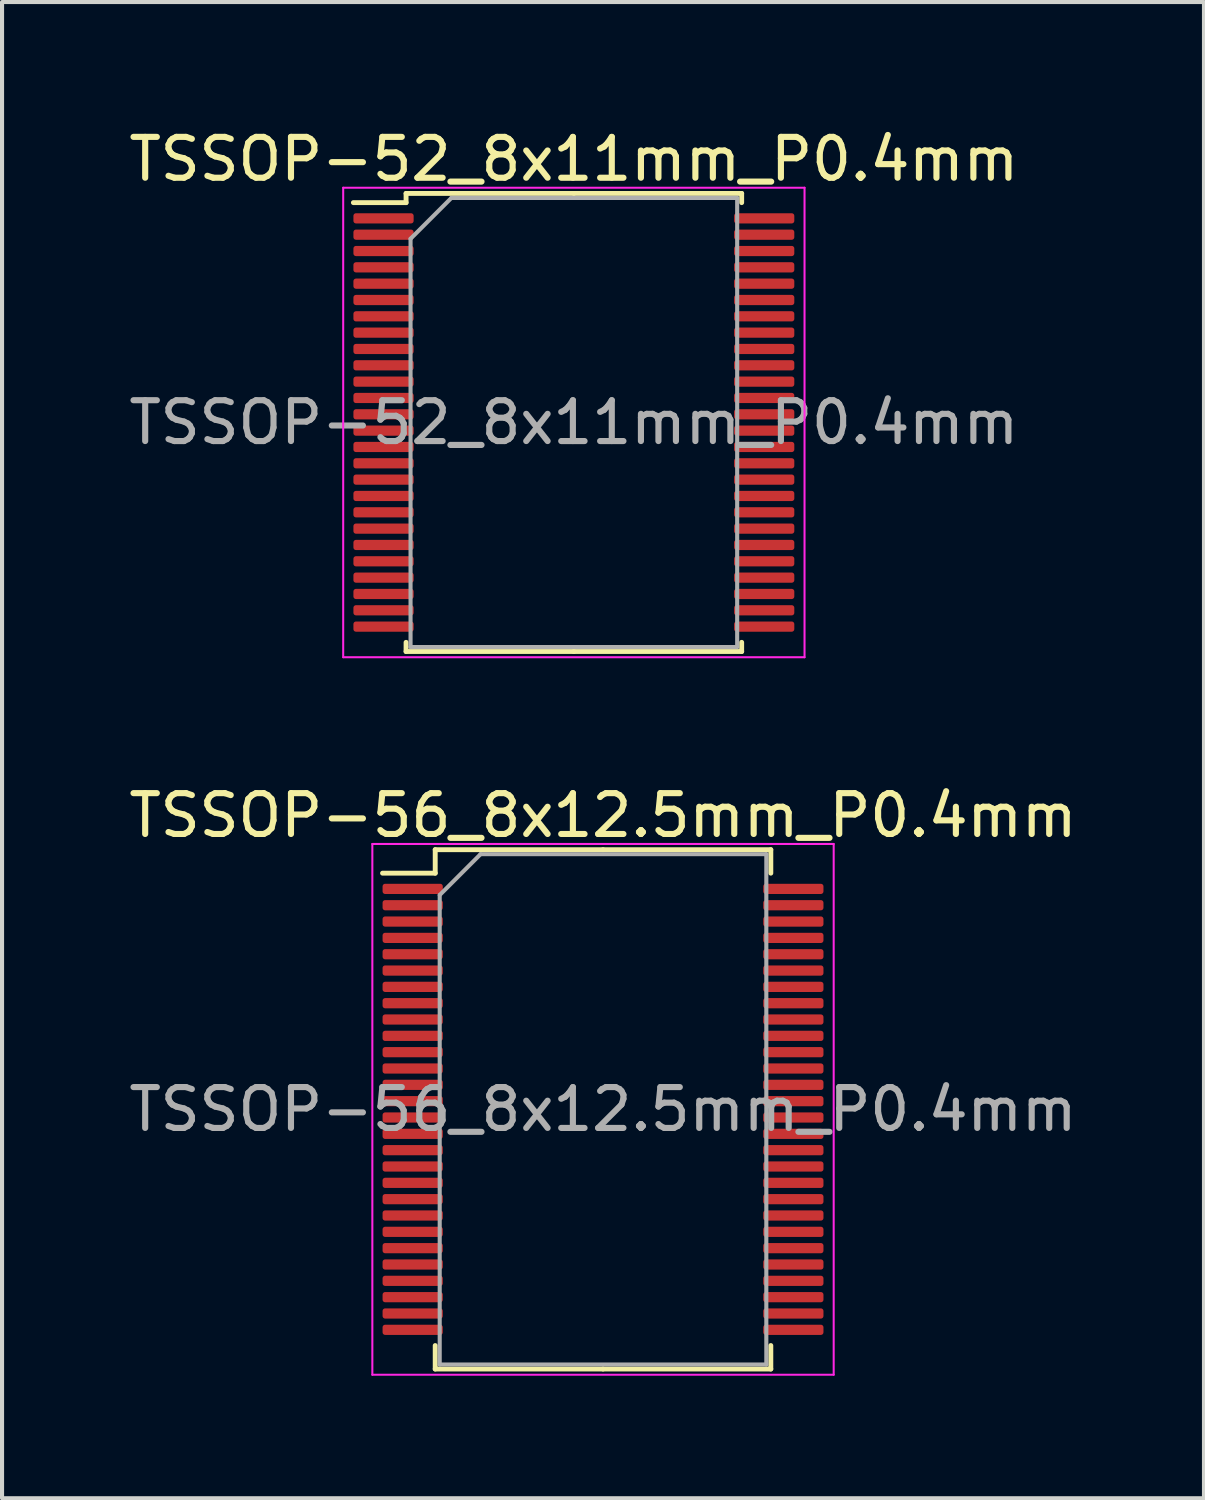
<source format=kicad_pcb>
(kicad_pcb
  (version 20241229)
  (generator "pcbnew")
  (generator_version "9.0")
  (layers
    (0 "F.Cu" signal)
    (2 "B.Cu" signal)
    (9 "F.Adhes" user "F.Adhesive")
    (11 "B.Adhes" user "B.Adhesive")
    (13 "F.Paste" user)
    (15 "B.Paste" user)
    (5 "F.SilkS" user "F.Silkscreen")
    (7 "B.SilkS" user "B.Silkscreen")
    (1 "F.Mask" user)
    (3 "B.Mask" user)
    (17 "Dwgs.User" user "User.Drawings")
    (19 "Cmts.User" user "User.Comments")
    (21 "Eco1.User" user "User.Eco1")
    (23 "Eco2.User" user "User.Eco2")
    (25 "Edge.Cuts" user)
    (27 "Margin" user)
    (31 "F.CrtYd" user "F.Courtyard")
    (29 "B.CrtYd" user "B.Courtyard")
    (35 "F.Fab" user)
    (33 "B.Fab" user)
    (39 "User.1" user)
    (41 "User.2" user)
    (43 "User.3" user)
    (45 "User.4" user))
  (footprint "TSSOP-56_8x12.5mm_P0.4mm"
    (layer "F.Cu")
    (at 11.72 24.122)
    (property "Reference" "TSSOP-56_8x12.5mm_P0.4mm" (at 0 -7.2 0) (layer "F.SilkS") (effects (font (size 1 1) (thickness 0.15))))
    (attr smd)
    (fp_line (start -4.11 -6.36) (end -4.11 -5.785) (stroke (width 0.12) (type solid)) (layer "F.SilkS"))
    (fp_line (start -4.11 -5.785) (end -5.4 -5.785) (stroke (width 0.12) (type solid)) (layer "F.SilkS"))
    (fp_line (start -4.11 6.36) (end -4.11 5.785) (stroke (width 0.12) (type solid)) (layer "F.SilkS"))
    (fp_line (start 0 -6.36) (end -4.11 -6.36) (stroke (width 0.12) (type solid)) (layer "F.SilkS"))
    (fp_line (start 0 -6.36) (end 4.11 -6.36) (stroke (width 0.12) (type solid)) (layer "F.SilkS"))
    (fp_line (start 0 6.36) (end -4.11 6.36) (stroke (width 0.12) (type solid)) (layer "F.SilkS"))
    (fp_line (start 0 6.36) (end 4.11 6.36) (stroke (width 0.12) (type solid)) (layer "F.SilkS"))
    (fp_line (start 4.11 -6.36) (end 4.11 -5.785) (stroke (width 0.12) (type solid)) (layer "F.SilkS"))
    (fp_line (start 4.11 6.36) (end 4.11 5.785) (stroke (width 0.12) (type solid)) (layer "F.SilkS"))
    (fp_line (start -5.65 -6.5) (end -5.65 6.5) (stroke (width 0.05) (type solid)) (layer "F.CrtYd"))
    (fp_line (start -5.65 6.5) (end 5.65 6.5) (stroke (width 0.05) (type solid)) (layer "F.CrtYd"))
    (fp_line (start 5.65 -6.5) (end -5.65 -6.5) (stroke (width 0.05) (type solid)) (layer "F.CrtYd"))
    (fp_line (start 5.65 6.5) (end 5.65 -6.5) (stroke (width 0.05) (type solid)) (layer "F.CrtYd"))
    (fp_line (start -4 -5.25) (end -3 -6.25) (stroke (width 0.1) (type solid)) (layer "F.Fab"))
    (fp_line (start -4 6.25) (end -4 -5.25) (stroke (width 0.1) (type solid)) (layer "F.Fab"))
    (fp_line (start -3 -6.25) (end 4 -6.25) (stroke (width 0.1) (type solid)) (layer "F.Fab"))
    (fp_line (start 4 -6.25) (end 4 6.25) (stroke (width 0.1) (type solid)) (layer "F.Fab"))
    (fp_line (start 4 6.25) (end -4 6.25) (stroke (width 0.1) (type solid)) (layer "F.Fab"))
    (fp_text user "${REFERENCE}" (at 0 0 0) (layer "F.Fab") (effects (font (size 1 1) (thickness 0.15))))
    (pad "1" smd roundrect (at -4.662 -5.4) (size 1.475 0.25) (layers "F.Cu" "F.Mask" "F.Paste") (roundrect_rratio 0.25))
    (pad "2" smd roundrect (at -4.662 -5) (size 1.475 0.25) (layers "F.Cu" "F.Mask" "F.Paste") (roundrect_rratio 0.25))
    (pad "3" smd roundrect (at -4.662 -4.6) (size 1.475 0.25) (layers "F.Cu" "F.Mask" "F.Paste") (roundrect_rratio 0.25))
    (pad "4" smd roundrect (at -4.662 -4.2) (size 1.475 0.25) (layers "F.Cu" "F.Mask" "F.Paste") (roundrect_rratio 0.25))
    (pad "5" smd roundrect (at -4.662 -3.8) (size 1.475 0.25) (layers "F.Cu" "F.Mask" "F.Paste") (roundrect_rratio 0.25))
    (pad "6" smd roundrect (at -4.662 -3.4) (size 1.475 0.25) (layers "F.Cu" "F.Mask" "F.Paste") (roundrect_rratio 0.25))
    (pad "7" smd roundrect (at -4.662 -3) (size 1.475 0.25) (layers "F.Cu" "F.Mask" "F.Paste") (roundrect_rratio 0.25))
    (pad "8" smd roundrect (at -4.662 -2.6) (size 1.475 0.25) (layers "F.Cu" "F.Mask" "F.Paste") (roundrect_rratio 0.25))
    (pad "9" smd roundrect (at -4.662 -2.2) (size 1.475 0.25) (layers "F.Cu" "F.Mask" "F.Paste") (roundrect_rratio 0.25))
    (pad "10" smd roundrect (at -4.662 -1.8) (size 1.475 0.25) (layers "F.Cu" "F.Mask" "F.Paste") (roundrect_rratio 0.25))
    (pad "11" smd roundrect (at -4.662 -1.4) (size 1.475 0.25) (layers "F.Cu" "F.Mask" "F.Paste") (roundrect_rratio 0.25))
    (pad "12" smd roundrect (at -4.662 -1) (size 1.475 0.25) (layers "F.Cu" "F.Mask" "F.Paste") (roundrect_rratio 0.25))
    (pad "13" smd roundrect (at -4.662 -0.6) (size 1.475 0.25) (layers "F.Cu" "F.Mask" "F.Paste") (roundrect_rratio 0.25))
    (pad "14" smd roundrect (at -4.662 -0.2) (size 1.475 0.25) (layers "F.Cu" "F.Mask" "F.Paste") (roundrect_rratio 0.25))
    (pad "15" smd roundrect (at -4.662 0.2) (size 1.475 0.25) (layers "F.Cu" "F.Mask" "F.Paste") (roundrect_rratio 0.25))
    (pad "16" smd roundrect (at -4.662 0.6) (size 1.475 0.25) (layers "F.Cu" "F.Mask" "F.Paste") (roundrect_rratio 0.25))
    (pad "17" smd roundrect (at -4.662 1) (size 1.475 0.25) (layers "F.Cu" "F.Mask" "F.Paste") (roundrect_rratio 0.25))
    (pad "18" smd roundrect (at -4.662 1.4) (size 1.475 0.25) (layers "F.Cu" "F.Mask" "F.Paste") (roundrect_rratio 0.25))
    (pad "19" smd roundrect (at -4.662 1.8) (size 1.475 0.25) (layers "F.Cu" "F.Mask" "F.Paste") (roundrect_rratio 0.25))
    (pad "20" smd roundrect (at -4.662 2.2) (size 1.475 0.25) (layers "F.Cu" "F.Mask" "F.Paste") (roundrect_rratio 0.25))
    (pad "21" smd roundrect (at -4.662 2.6) (size 1.475 0.25) (layers "F.Cu" "F.Mask" "F.Paste") (roundrect_rratio 0.25))
    (pad "22" smd roundrect (at -4.662 3) (size 1.475 0.25) (layers "F.Cu" "F.Mask" "F.Paste") (roundrect_rratio 0.25))
    (pad "23" smd roundrect (at -4.662 3.4) (size 1.475 0.25) (layers "F.Cu" "F.Mask" "F.Paste") (roundrect_rratio 0.25))
    (pad "24" smd roundrect (at -4.662 3.8) (size 1.475 0.25) (layers "F.Cu" "F.Mask" "F.Paste") (roundrect_rratio 0.25))
    (pad "25" smd roundrect (at -4.662 4.2) (size 1.475 0.25) (layers "F.Cu" "F.Mask" "F.Paste") (roundrect_rratio 0.25))
    (pad "26" smd roundrect (at -4.662 4.6) (size 1.475 0.25) (layers "F.Cu" "F.Mask" "F.Paste") (roundrect_rratio 0.25))
    (pad "27" smd roundrect (at -4.662 5) (size 1.475 0.25) (layers "F.Cu" "F.Mask" "F.Paste") (roundrect_rratio 0.25))
    (pad "28" smd roundrect (at -4.662 5.4) (size 1.475 0.25) (layers "F.Cu" "F.Mask" "F.Paste") (roundrect_rratio 0.25))
    (pad "29" smd roundrect (at 4.662 5.4) (size 1.475 0.25) (layers "F.Cu" "F.Mask" "F.Paste") (roundrect_rratio 0.25))
    (pad "30" smd roundrect (at 4.662 5) (size 1.475 0.25) (layers "F.Cu" "F.Mask" "F.Paste") (roundrect_rratio 0.25))
    (pad "31" smd roundrect (at 4.662 4.6) (size 1.475 0.25) (layers "F.Cu" "F.Mask" "F.Paste") (roundrect_rratio 0.25))
    (pad "32" smd roundrect (at 4.662 4.2) (size 1.475 0.25) (layers "F.Cu" "F.Mask" "F.Paste") (roundrect_rratio 0.25))
    (pad "33" smd roundrect (at 4.662 3.8) (size 1.475 0.25) (layers "F.Cu" "F.Mask" "F.Paste") (roundrect_rratio 0.25))
    (pad "34" smd roundrect (at 4.662 3.4) (size 1.475 0.25) (layers "F.Cu" "F.Mask" "F.Paste") (roundrect_rratio 0.25))
    (pad "35" smd roundrect (at 4.662 3) (size 1.475 0.25) (layers "F.Cu" "F.Mask" "F.Paste") (roundrect_rratio 0.25))
    (pad "36" smd roundrect (at 4.662 2.6) (size 1.475 0.25) (layers "F.Cu" "F.Mask" "F.Paste") (roundrect_rratio 0.25))
    (pad "37" smd roundrect (at 4.662 2.2) (size 1.475 0.25) (layers "F.Cu" "F.Mask" "F.Paste") (roundrect_rratio 0.25))
    (pad "38" smd roundrect (at 4.662 1.8) (size 1.475 0.25) (layers "F.Cu" "F.Mask" "F.Paste") (roundrect_rratio 0.25))
    (pad "39" smd roundrect (at 4.662 1.4) (size 1.475 0.25) (layers "F.Cu" "F.Mask" "F.Paste") (roundrect_rratio 0.25))
    (pad "40" smd roundrect (at 4.662 1) (size 1.475 0.25) (layers "F.Cu" "F.Mask" "F.Paste") (roundrect_rratio 0.25))
    (pad "41" smd roundrect (at 4.662 0.6) (size 1.475 0.25) (layers "F.Cu" "F.Mask" "F.Paste") (roundrect_rratio 0.25))
    (pad "42" smd roundrect (at 4.662 0.2) (size 1.475 0.25) (layers "F.Cu" "F.Mask" "F.Paste") (roundrect_rratio 0.25))
    (pad "43" smd roundrect (at 4.662 -0.2) (size 1.475 0.25) (layers "F.Cu" "F.Mask" "F.Paste") (roundrect_rratio 0.25))
    (pad "44" smd roundrect (at 4.662 -0.6) (size 1.475 0.25) (layers "F.Cu" "F.Mask" "F.Paste") (roundrect_rratio 0.25))
    (pad "45" smd roundrect (at 4.662 -1) (size 1.475 0.25) (layers "F.Cu" "F.Mask" "F.Paste") (roundrect_rratio 0.25))
    (pad "46" smd roundrect (at 4.662 -1.4) (size 1.475 0.25) (layers "F.Cu" "F.Mask" "F.Paste") (roundrect_rratio 0.25))
    (pad "47" smd roundrect (at 4.662 -1.8) (size 1.475 0.25) (layers "F.Cu" "F.Mask" "F.Paste") (roundrect_rratio 0.25))
    (pad "48" smd roundrect (at 4.662 -2.2) (size 1.475 0.25) (layers "F.Cu" "F.Mask" "F.Paste") (roundrect_rratio 0.25))
    (pad "49" smd roundrect (at 4.662 -2.6) (size 1.475 0.25) (layers "F.Cu" "F.Mask" "F.Paste") (roundrect_rratio 0.25))
    (pad "50" smd roundrect (at 4.662 -3) (size 1.475 0.25) (layers "F.Cu" "F.Mask" "F.Paste") (roundrect_rratio 0.25))
    (pad "51" smd roundrect (at 4.662 -3.4) (size 1.475 0.25) (layers "F.Cu" "F.Mask" "F.Paste") (roundrect_rratio 0.25))
    (pad "52" smd roundrect (at 4.662 -3.8) (size 1.475 0.25) (layers "F.Cu" "F.Mask" "F.Paste") (roundrect_rratio 0.25))
    (pad "53" smd roundrect (at 4.662 -4.2) (size 1.475 0.25) (layers "F.Cu" "F.Mask" "F.Paste") (roundrect_rratio 0.25))
    (pad "54" smd roundrect (at 4.662 -4.6) (size 1.475 0.25) (layers "F.Cu" "F.Mask" "F.Paste") (roundrect_rratio 0.25))
    (pad "55" smd roundrect (at 4.662 -5) (size 1.475 0.25) (layers "F.Cu" "F.Mask" "F.Paste") (roundrect_rratio 0.25))
    (pad "56" smd roundrect (at 4.662 -5.4) (size 1.475 0.25) (layers "F.Cu" "F.Mask" "F.Paste") (roundrect_rratio 0.25)))
  (footprint "TSSOP-52_8x11mm_P0.4mm"
    (layer "F.Cu")
    (at 11.006 7.298)
    (property "Reference" "TSSOP-52_8x11mm_P0.4mm" (at 0 -6.45 0) (layer "F.SilkS") (effects (font (size 1 1) (thickness 0.15))))
    (attr smd)
    (fp_line (start -4.11 -5.61) (end -4.11 -5.385) (stroke (width 0.12) (type solid)) (layer "F.SilkS"))
    (fp_line (start -4.11 -5.385) (end -5.4 -5.385) (stroke (width 0.12) (type solid)) (layer "F.SilkS"))
    (fp_line (start -4.11 5.61) (end -4.11 5.385) (stroke (width 0.12) (type solid)) (layer "F.SilkS"))
    (fp_line (start 0 -5.61) (end -4.11 -5.61) (stroke (width 0.12) (type solid)) (layer "F.SilkS"))
    (fp_line (start 0 -5.61) (end 4.11 -5.61) (stroke (width 0.12) (type solid)) (layer "F.SilkS"))
    (fp_line (start 0 5.61) (end -4.11 5.61) (stroke (width 0.12) (type solid)) (layer "F.SilkS"))
    (fp_line (start 0 5.61) (end 4.11 5.61) (stroke (width 0.12) (type solid)) (layer "F.SilkS"))
    (fp_line (start 4.11 -5.61) (end 4.11 -5.385) (stroke (width 0.12) (type solid)) (layer "F.SilkS"))
    (fp_line (start 4.11 5.61) (end 4.11 5.385) (stroke (width 0.12) (type solid)) (layer "F.SilkS"))
    (fp_line (start -5.65 -5.75) (end -5.65 5.75) (stroke (width 0.05) (type solid)) (layer "F.CrtYd"))
    (fp_line (start -5.65 5.75) (end 5.65 5.75) (stroke (width 0.05) (type solid)) (layer "F.CrtYd"))
    (fp_line (start 5.65 -5.75) (end -5.65 -5.75) (stroke (width 0.05) (type solid)) (layer "F.CrtYd"))
    (fp_line (start 5.65 5.75) (end 5.65 -5.75) (stroke (width 0.05) (type solid)) (layer "F.CrtYd"))
    (fp_line (start -4 -4.5) (end -3 -5.5) (stroke (width 0.1) (type solid)) (layer "F.Fab"))
    (fp_line (start -4 5.5) (end -4 -4.5) (stroke (width 0.1) (type solid)) (layer "F.Fab"))
    (fp_line (start -3 -5.5) (end 4 -5.5) (stroke (width 0.1) (type solid)) (layer "F.Fab"))
    (fp_line (start 4 -5.5) (end 4 5.5) (stroke (width 0.1) (type solid)) (layer "F.Fab"))
    (fp_line (start 4 5.5) (end -4 5.5) (stroke (width 0.1) (type solid)) (layer "F.Fab"))
    (fp_text user "${REFERENCE}" (at 0 0 0) (layer "F.Fab") (effects (font (size 1 1) (thickness 0.15))))
    (pad "1" smd roundrect (at -4.662 -5) (size 1.475 0.25) (layers "F.Cu" "F.Mask" "F.Paste") (roundrect_rratio 0.25))
    (pad "2" smd roundrect (at -4.662 -4.6) (size 1.475 0.25) (layers "F.Cu" "F.Mask" "F.Paste") (roundrect_rratio 0.25))
    (pad "3" smd roundrect (at -4.662 -4.2) (size 1.475 0.25) (layers "F.Cu" "F.Mask" "F.Paste") (roundrect_rratio 0.25))
    (pad "4" smd roundrect (at -4.662 -3.8) (size 1.475 0.25) (layers "F.Cu" "F.Mask" "F.Paste") (roundrect_rratio 0.25))
    (pad "5" smd roundrect (at -4.662 -3.4) (size 1.475 0.25) (layers "F.Cu" "F.Mask" "F.Paste") (roundrect_rratio 0.25))
    (pad "6" smd roundrect (at -4.662 -3) (size 1.475 0.25) (layers "F.Cu" "F.Mask" "F.Paste") (roundrect_rratio 0.25))
    (pad "7" smd roundrect (at -4.662 -2.6) (size 1.475 0.25) (layers "F.Cu" "F.Mask" "F.Paste") (roundrect_rratio 0.25))
    (pad "8" smd roundrect (at -4.662 -2.2) (size 1.475 0.25) (layers "F.Cu" "F.Mask" "F.Paste") (roundrect_rratio 0.25))
    (pad "9" smd roundrect (at -4.662 -1.8) (size 1.475 0.25) (layers "F.Cu" "F.Mask" "F.Paste") (roundrect_rratio 0.25))
    (pad "10" smd roundrect (at -4.662 -1.4) (size 1.475 0.25) (layers "F.Cu" "F.Mask" "F.Paste") (roundrect_rratio 0.25))
    (pad "11" smd roundrect (at -4.662 -1) (size 1.475 0.25) (layers "F.Cu" "F.Mask" "F.Paste") (roundrect_rratio 0.25))
    (pad "12" smd roundrect (at -4.662 -0.6) (size 1.475 0.25) (layers "F.Cu" "F.Mask" "F.Paste") (roundrect_rratio 0.25))
    (pad "13" smd roundrect (at -4.662 -0.2) (size 1.475 0.25) (layers "F.Cu" "F.Mask" "F.Paste") (roundrect_rratio 0.25))
    (pad "14" smd roundrect (at -4.662 0.2) (size 1.475 0.25) (layers "F.Cu" "F.Mask" "F.Paste") (roundrect_rratio 0.25))
    (pad "15" smd roundrect (at -4.662 0.6) (size 1.475 0.25) (layers "F.Cu" "F.Mask" "F.Paste") (roundrect_rratio 0.25))
    (pad "16" smd roundrect (at -4.662 1) (size 1.475 0.25) (layers "F.Cu" "F.Mask" "F.Paste") (roundrect_rratio 0.25))
    (pad "17" smd roundrect (at -4.662 1.4) (size 1.475 0.25) (layers "F.Cu" "F.Mask" "F.Paste") (roundrect_rratio 0.25))
    (pad "18" smd roundrect (at -4.662 1.8) (size 1.475 0.25) (layers "F.Cu" "F.Mask" "F.Paste") (roundrect_rratio 0.25))
    (pad "19" smd roundrect (at -4.662 2.2) (size 1.475 0.25) (layers "F.Cu" "F.Mask" "F.Paste") (roundrect_rratio 0.25))
    (pad "20" smd roundrect (at -4.662 2.6) (size 1.475 0.25) (layers "F.Cu" "F.Mask" "F.Paste") (roundrect_rratio 0.25))
    (pad "21" smd roundrect (at -4.662 3) (size 1.475 0.25) (layers "F.Cu" "F.Mask" "F.Paste") (roundrect_rratio 0.25))
    (pad "22" smd roundrect (at -4.662 3.4) (size 1.475 0.25) (layers "F.Cu" "F.Mask" "F.Paste") (roundrect_rratio 0.25))
    (pad "23" smd roundrect (at -4.662 3.8) (size 1.475 0.25) (layers "F.Cu" "F.Mask" "F.Paste") (roundrect_rratio 0.25))
    (pad "24" smd roundrect (at -4.662 4.2) (size 1.475 0.25) (layers "F.Cu" "F.Mask" "F.Paste") (roundrect_rratio 0.25))
    (pad "25" smd roundrect (at -4.662 4.6) (size 1.475 0.25) (layers "F.Cu" "F.Mask" "F.Paste") (roundrect_rratio 0.25))
    (pad "26" smd roundrect (at -4.662 5) (size 1.475 0.25) (layers "F.Cu" "F.Mask" "F.Paste") (roundrect_rratio 0.25))
    (pad "27" smd roundrect (at 4.662 5) (size 1.475 0.25) (layers "F.Cu" "F.Mask" "F.Paste") (roundrect_rratio 0.25))
    (pad "28" smd roundrect (at 4.662 4.6) (size 1.475 0.25) (layers "F.Cu" "F.Mask" "F.Paste") (roundrect_rratio 0.25))
    (pad "29" smd roundrect (at 4.662 4.2) (size 1.475 0.25) (layers "F.Cu" "F.Mask" "F.Paste") (roundrect_rratio 0.25))
    (pad "30" smd roundrect (at 4.662 3.8) (size 1.475 0.25) (layers "F.Cu" "F.Mask" "F.Paste") (roundrect_rratio 0.25))
    (pad "31" smd roundrect (at 4.662 3.4) (size 1.475 0.25) (layers "F.Cu" "F.Mask" "F.Paste") (roundrect_rratio 0.25))
    (pad "32" smd roundrect (at 4.662 3) (size 1.475 0.25) (layers "F.Cu" "F.Mask" "F.Paste") (roundrect_rratio 0.25))
    (pad "33" smd roundrect (at 4.662 2.6) (size 1.475 0.25) (layers "F.Cu" "F.Mask" "F.Paste") (roundrect_rratio 0.25))
    (pad "34" smd roundrect (at 4.662 2.2) (size 1.475 0.25) (layers "F.Cu" "F.Mask" "F.Paste") (roundrect_rratio 0.25))
    (pad "35" smd roundrect (at 4.662 1.8) (size 1.475 0.25) (layers "F.Cu" "F.Mask" "F.Paste") (roundrect_rratio 0.25))
    (pad "36" smd roundrect (at 4.662 1.4) (size 1.475 0.25) (layers "F.Cu" "F.Mask" "F.Paste") (roundrect_rratio 0.25))
    (pad "37" smd roundrect (at 4.662 1) (size 1.475 0.25) (layers "F.Cu" "F.Mask" "F.Paste") (roundrect_rratio 0.25))
    (pad "38" smd roundrect (at 4.662 0.6) (size 1.475 0.25) (layers "F.Cu" "F.Mask" "F.Paste") (roundrect_rratio 0.25))
    (pad "39" smd roundrect (at 4.662 0.2) (size 1.475 0.25) (layers "F.Cu" "F.Mask" "F.Paste") (roundrect_rratio 0.25))
    (pad "40" smd roundrect (at 4.662 -0.2) (size 1.475 0.25) (layers "F.Cu" "F.Mask" "F.Paste") (roundrect_rratio 0.25))
    (pad "41" smd roundrect (at 4.662 -0.6) (size 1.475 0.25) (layers "F.Cu" "F.Mask" "F.Paste") (roundrect_rratio 0.25))
    (pad "42" smd roundrect (at 4.662 -1) (size 1.475 0.25) (layers "F.Cu" "F.Mask" "F.Paste") (roundrect_rratio 0.25))
    (pad "43" smd roundrect (at 4.662 -1.4) (size 1.475 0.25) (layers "F.Cu" "F.Mask" "F.Paste") (roundrect_rratio 0.25))
    (pad "44" smd roundrect (at 4.662 -1.8) (size 1.475 0.25) (layers "F.Cu" "F.Mask" "F.Paste") (roundrect_rratio 0.25))
    (pad "45" smd roundrect (at 4.662 -2.2) (size 1.475 0.25) (layers "F.Cu" "F.Mask" "F.Paste") (roundrect_rratio 0.25))
    (pad "46" smd roundrect (at 4.662 -2.6) (size 1.475 0.25) (layers "F.Cu" "F.Mask" "F.Paste") (roundrect_rratio 0.25))
    (pad "47" smd roundrect (at 4.662 -3) (size 1.475 0.25) (layers "F.Cu" "F.Mask" "F.Paste") (roundrect_rratio 0.25))
    (pad "48" smd roundrect (at 4.662 -3.4) (size 1.475 0.25) (layers "F.Cu" "F.Mask" "F.Paste") (roundrect_rratio 0.25))
    (pad "49" smd roundrect (at 4.662 -3.8) (size 1.475 0.25) (layers "F.Cu" "F.Mask" "F.Paste") (roundrect_rratio 0.25))
    (pad "50" smd roundrect (at 4.662 -4.2) (size 1.475 0.25) (layers "F.Cu" "F.Mask" "F.Paste") (roundrect_rratio 0.25))
    (pad "51" smd roundrect (at 4.662 -4.6) (size 1.475 0.25) (layers "F.Cu" "F.Mask" "F.Paste") (roundrect_rratio 0.25))
    (pad "52" smd roundrect (at 4.662 -5) (size 1.475 0.25) (layers "F.Cu" "F.Mask" "F.Paste") (roundrect_rratio 0.25)))
  (gr_rect
    (start -3 -3)
    (end 26.44 33.647)
    (stroke (width 0.1) (type default))
    (fill no)
    (layer "Edge.Cuts")))
</source>
